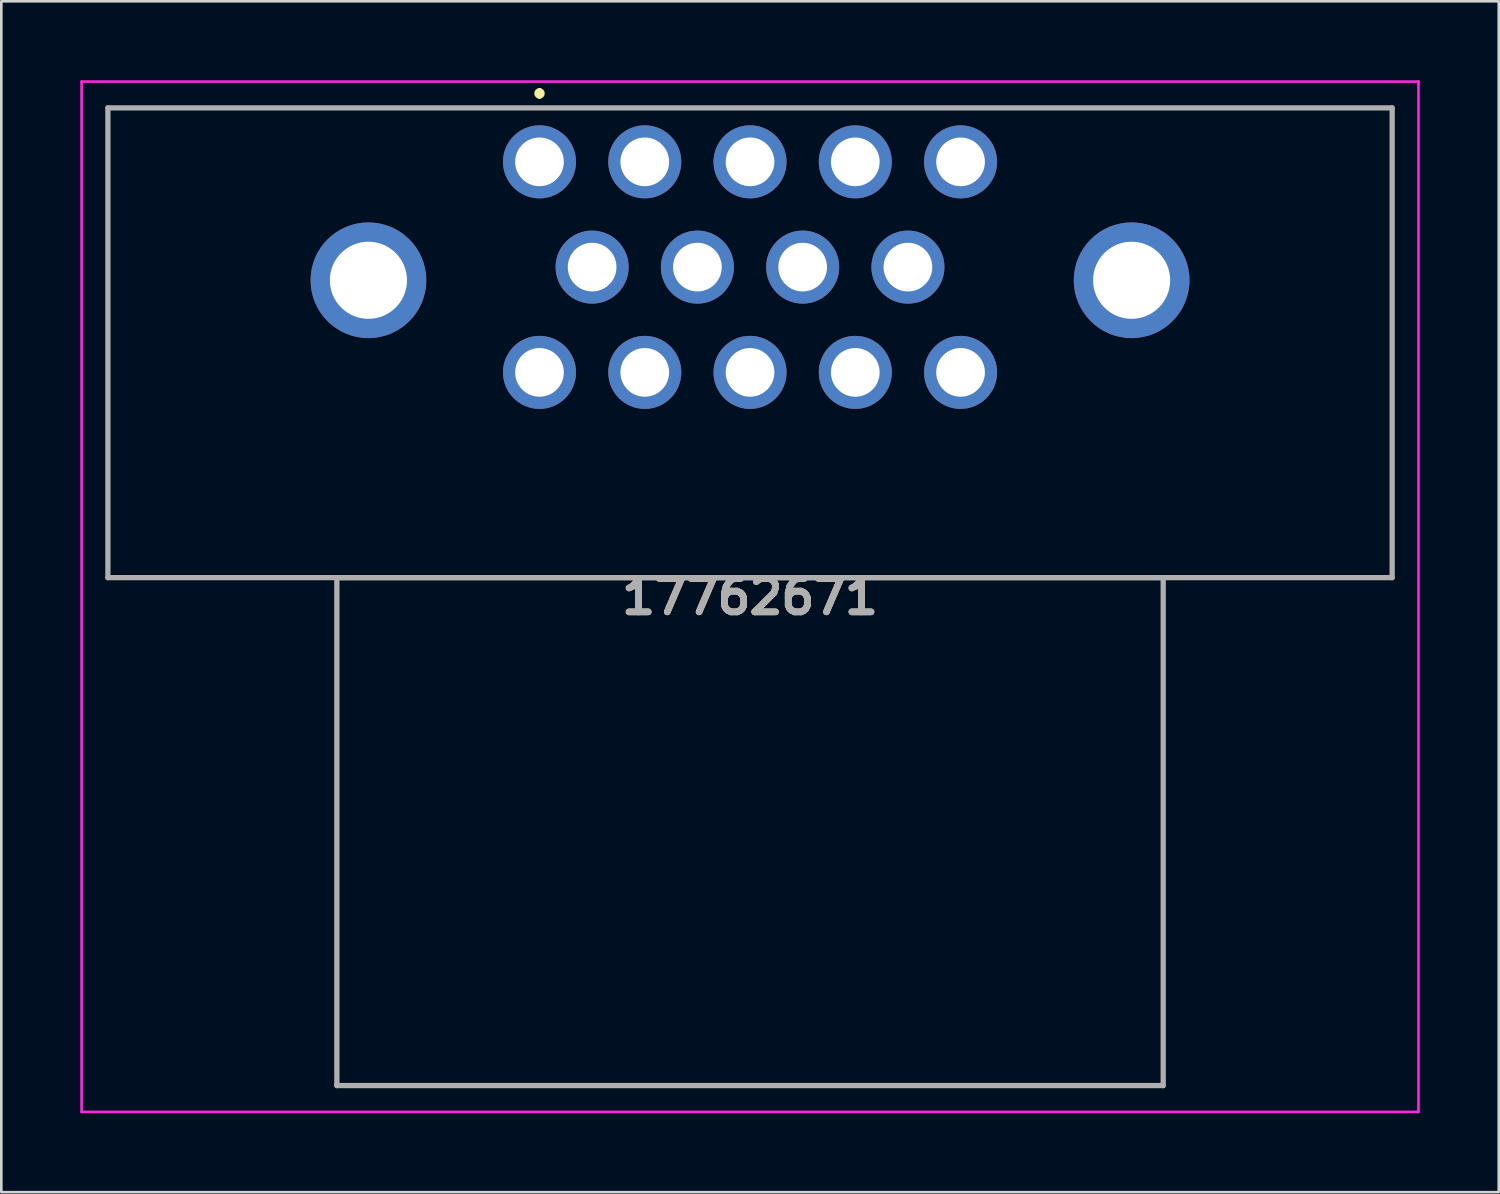
<source format=kicad_pcb>
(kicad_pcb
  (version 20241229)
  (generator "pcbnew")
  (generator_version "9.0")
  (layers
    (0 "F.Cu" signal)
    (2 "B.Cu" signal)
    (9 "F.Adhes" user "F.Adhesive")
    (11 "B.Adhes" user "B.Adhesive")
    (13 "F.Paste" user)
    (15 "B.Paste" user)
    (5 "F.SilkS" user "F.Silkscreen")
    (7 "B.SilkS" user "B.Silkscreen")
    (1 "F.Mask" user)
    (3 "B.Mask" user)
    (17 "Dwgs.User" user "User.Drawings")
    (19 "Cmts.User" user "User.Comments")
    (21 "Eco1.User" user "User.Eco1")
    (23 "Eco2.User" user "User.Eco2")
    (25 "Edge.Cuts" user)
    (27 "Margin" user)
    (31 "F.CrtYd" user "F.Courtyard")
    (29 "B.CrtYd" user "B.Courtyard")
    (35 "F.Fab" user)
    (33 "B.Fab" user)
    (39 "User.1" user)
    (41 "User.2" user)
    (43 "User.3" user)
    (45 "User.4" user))
  (footprint "17762671"
    (layer "F.Cu")
    (at 17.45 3.1)
    (property "Reference" "17762671" (at 8 16.525 0) (layer "F.SilkS") (effects (font (size 1.27 1.27) (thickness 0.254))))
    (attr through_hole)
    (fp_line (start -16.4 -2.05) (end 32.4 -2.05) (stroke (width 0.1) (type solid)) (layer "F.SilkS"))
    (fp_line (start -16.4 15.8) (end -16.4 -2.05) (stroke (width 0.1) (type solid)) (layer "F.SilkS"))
    (fp_line (start 0 -2.7) (end 0 -2.7) (stroke (width 0.2) (type solid)) (layer "F.SilkS"))
    (fp_line (start 0 -2.5) (end 0 -2.5) (stroke (width 0.2) (type solid)) (layer "F.SilkS"))
    (fp_line (start 32.4 -2.05) (end 32.4 15.8) (stroke (width 0.1) (type solid)) (layer "F.SilkS"))
    (fp_line (start 32.4 15.8) (end -16.4 15.8) (stroke (width 0.1) (type solid)) (layer "F.SilkS"))
    (fp_arc (start 0 -2.7) (mid 0.1 -2.6) (end 0 -2.5) (stroke (width 0.2) (type solid)) (layer "F.SilkS"))
    (fp_arc (start 0 -2.5) (mid -0.1 -2.6) (end 0 -2.7) (stroke (width 0.2) (type solid)) (layer "F.SilkS"))
    (fp_line (start -17.4 -3.05) (end 33.4 -3.05) (stroke (width 0.1) (type solid)) (layer "F.CrtYd"))
    (fp_line (start -17.4 36.1) (end -17.4 -3.05) (stroke (width 0.1) (type solid)) (layer "F.CrtYd"))
    (fp_line (start 33.4 -3.05) (end 33.4 36.1) (stroke (width 0.1) (type solid)) (layer "F.CrtYd"))
    (fp_line (start 33.4 36.1) (end -17.4 36.1) (stroke (width 0.1) (type solid)) (layer "F.CrtYd"))
    (fp_line (start -16.4 -2.05) (end 32.4 -2.05) (stroke (width 0.2) (type solid)) (layer "F.Fab"))
    (fp_line (start -16.4 15.8) (end -16.4 -2.05) (stroke (width 0.2) (type solid)) (layer "F.Fab"))
    (fp_line (start -7.7 15.8) (end 23.7 15.8) (stroke (width 0.2) (type solid)) (layer "F.Fab"))
    (fp_line (start -7.7 35.1) (end -7.7 15.8) (stroke (width 0.2) (type solid)) (layer "F.Fab"))
    (fp_line (start 23.7 15.8) (end 23.7 35.1) (stroke (width 0.2) (type solid)) (layer "F.Fab"))
    (fp_line (start 23.7 35.1) (end -7.7 35.1) (stroke (width 0.2) (type solid)) (layer "F.Fab"))
    (fp_line (start 32.4 -2.05) (end 32.4 15.8) (stroke (width 0.2) (type solid)) (layer "F.Fab"))
    (fp_line (start 32.4 15.8) (end -16.4 15.8) (stroke (width 0.2) (type solid)) (layer "F.Fab"))
    (fp_text user "${REFERENCE}" (at 8 16.525 0) (layer "F.Fab") (effects (font (size 1.27 1.27) (thickness 0.254))))
    (pad "1" thru_hole circle (at 0 0) (size 2.775 2.775) (drill 1.85) (layers "*.Cu" "*.Mask"))
    (pad "2" thru_hole circle (at 4 0) (size 2.775 2.775) (drill 1.85) (layers "*.Cu" "*.Mask"))
    (pad "3" thru_hole circle (at 8 0) (size 2.775 2.775) (drill 1.85) (layers "*.Cu" "*.Mask"))
    (pad "4" thru_hole circle (at 12 0) (size 2.775 2.775) (drill 1.85) (layers "*.Cu" "*.Mask"))
    (pad "5" thru_hole circle (at 16 0) (size 2.775 2.775) (drill 1.85) (layers "*.Cu" "*.Mask"))
    (pad "6" thru_hole circle (at 2 4) (size 2.775 2.775) (drill 1.85) (layers "*.Cu" "*.Mask"))
    (pad "7" thru_hole circle (at 6 4) (size 2.775 2.775) (drill 1.85) (layers "*.Cu" "*.Mask"))
    (pad "8" thru_hole circle (at 10 4) (size 2.775 2.775) (drill 1.85) (layers "*.Cu" "*.Mask"))
    (pad "9" thru_hole circle (at 14 4) (size 2.775 2.775) (drill 1.85) (layers "*.Cu" "*.Mask"))
    (pad "10" thru_hole circle (at 0 8) (size 2.775 2.775) (drill 1.85) (layers "*.Cu" "*.Mask"))
    (pad "11" thru_hole circle (at 4 8) (size 2.775 2.775) (drill 1.85) (layers "*.Cu" "*.Mask"))
    (pad "12" thru_hole circle (at 8 8) (size 2.775 2.775) (drill 1.85) (layers "*.Cu" "*.Mask"))
    (pad "13" thru_hole circle (at 12 8) (size 2.775 2.775) (drill 1.85) (layers "*.Cu" "*.Mask"))
    (pad "14" thru_hole circle (at 16 8) (size 2.775 2.775) (drill 1.85) (layers "*.Cu" "*.Mask"))
    (pad "MH1" thru_hole circle (at -6.5 4.5) (size 4.395 4.395) (drill 2.93) (layers "*.Cu" "*.Mask"))
    (pad "MH2" thru_hole circle (at 22.5 4.5) (size 4.395 4.395) (drill 2.93) (layers "*.Cu" "*.Mask")))
  (gr_rect
    (start -3 -3)
    (end 53.9 42.25)
    (stroke (width 0.1) (type default))
    (fill no)
    (layer "Edge.Cuts")))
</source>
